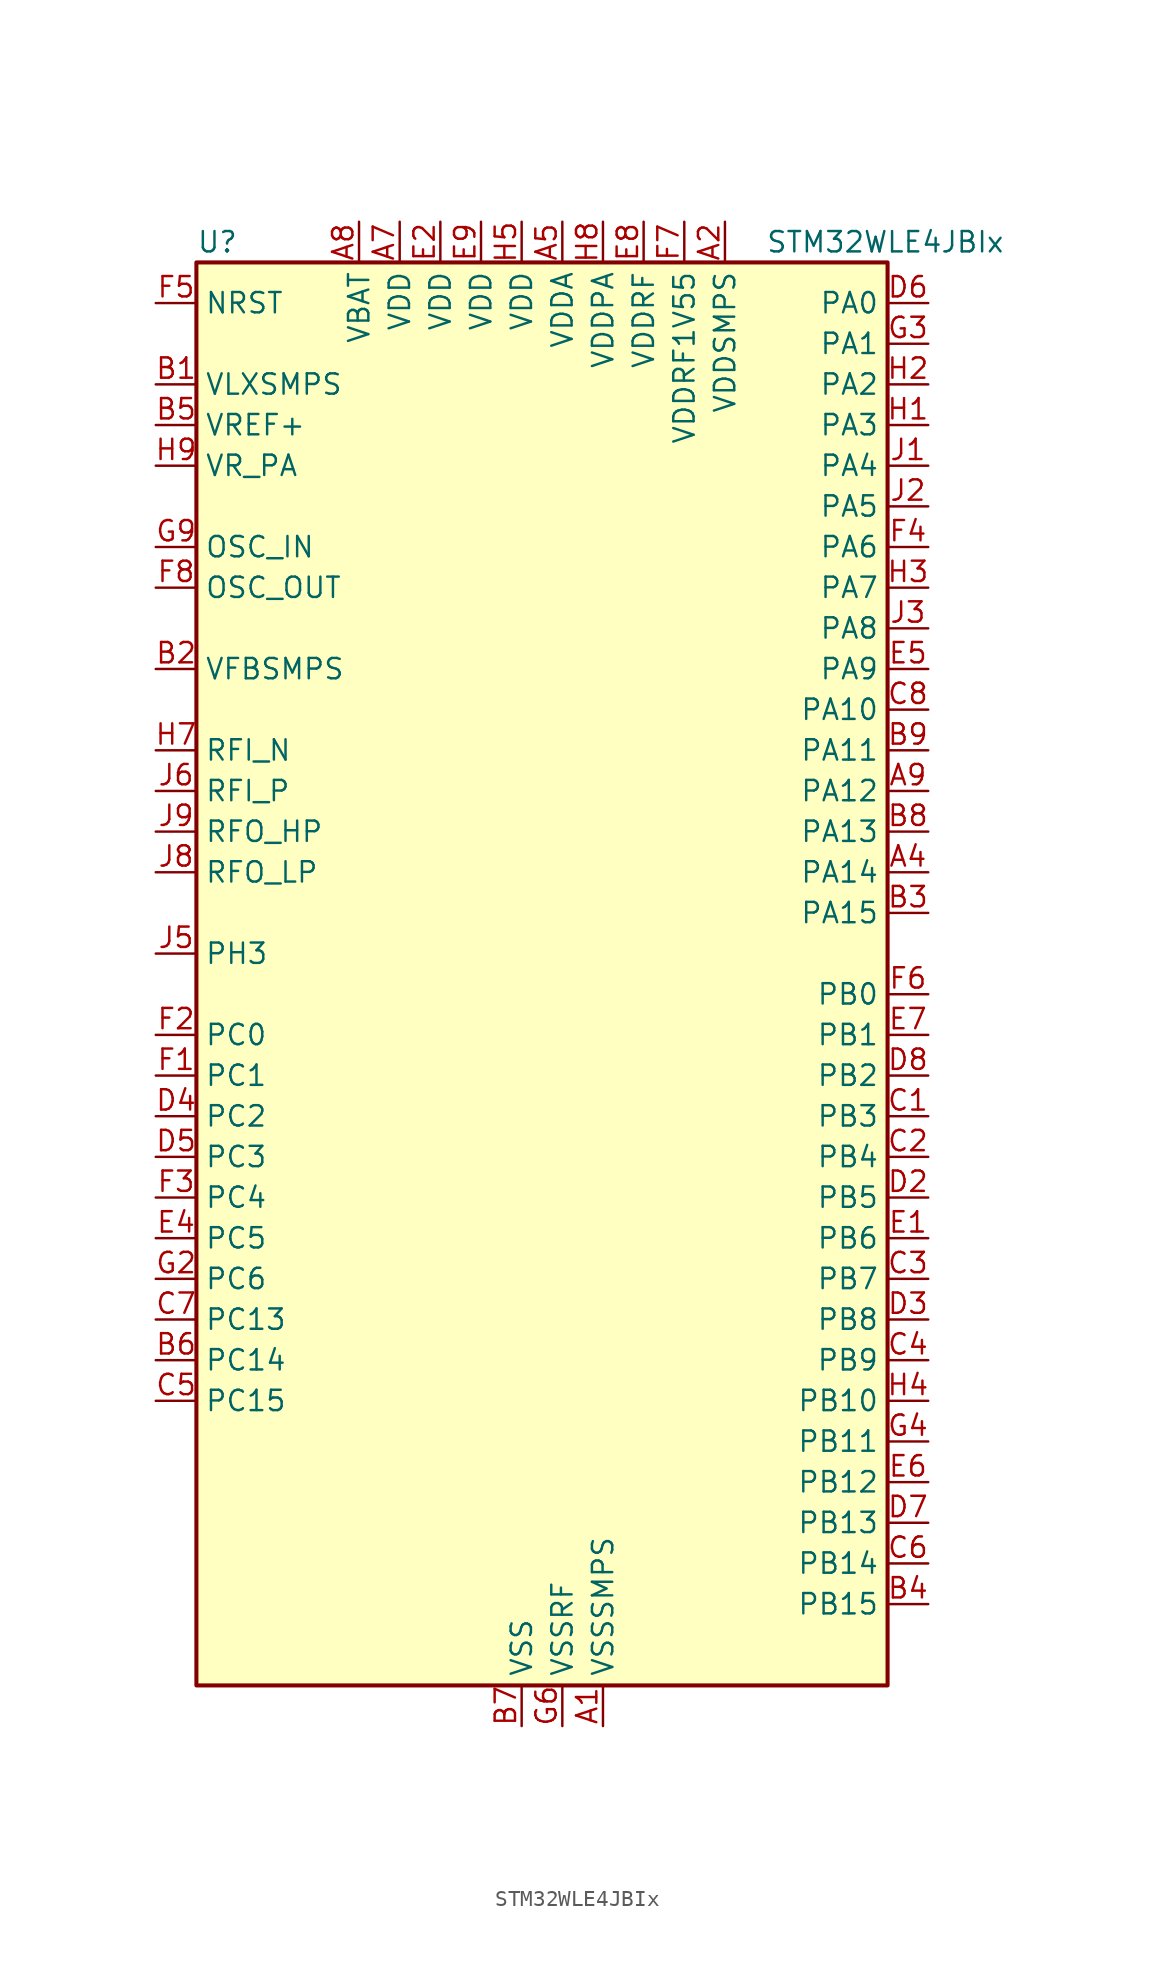
<source format=kicad_sym>
(kicad_symbol_lib
  (version 20220914)
  (generator kicad_symbol_editor)
  (symbol "STM32WLE4JBIx"
    (property "Reference" "U"
      (at -20.32 46.99 0)
      (effects (font (size 1.27 1.27)) (justify left)))
    (property "Value" "STM32WLE4JBIx"
      (at 15.24 46.99 0)
      (effects (font (size 1.27 1.27)) (justify left)))
    (property "ki_locked" ""
      (at 0 0 0)
      (effects (font (size 1.27 1.27))))
    (symbol "STM32WLE4JBIx_0_1"
      (rectangle (start -20.32 -43.18) (end 22.86 45.72) (stroke (width 0.254) (type default)) (fill (type background))))
    (symbol "STM32WLE4JBIx_1_1"
      (pin power_in line (at 5.08 -45.72 90) (length 2.54) (name "VSSSMPS" (effects (font (size 1.27 1.27)))) (number "A1" (effects (font (size 1.27 1.27)))))
      (pin power_in line (at 12.7 48.26 270) (length 2.54) (name "VDDSMPS" (effects (font (size 1.27 1.27)))) (number "A2" (effects (font (size 1.27 1.27)))))
      (pin bidirectional line (at 25.4 7.62 180) (length 2.54) (name "PA14" (effects (font (size 1.27 1.27)))) (number "A4" (effects (font (size 1.27 1.27)))) (alternate "ADC_IN10" bidirectional line) (alternate "DEBUG_JTCK-SWCLK" bidirectional line) (alternate "I2C1_SMBA" bidirectional line) (alternate "LPTIM1_OUT" bidirectional line))
      (pin power_in line (at 2.54 48.26 270) (length 2.54) (name "VDDA" (effects (font (size 1.27 1.27)))) (number "A5" (effects (font (size 1.27 1.27)))))
      (pin power_in line (at -7.62 48.26 270) (length 2.54) (name "VDD" (effects (font (size 1.27 1.27)))) (number "A7" (effects (font (size 1.27 1.27)))))
      (pin power_in line (at -10.16 48.26 270) (length 2.54) (name "VBAT" (effects (font (size 1.27 1.27)))) (number "A8" (effects (font (size 1.27 1.27)))))
      (pin bidirectional line (at 25.4 12.7 180) (length 2.54) (name "PA12" (effects (font (size 1.27 1.27)))) (number "A9" (effects (font (size 1.27 1.27)))) (alternate "ADC_IN8" bidirectional line) (alternate "DEBUG_RF-BUSY" bidirectional line) (alternate "I2C2_SCL" bidirectional line) (alternate "LPTIM3_IN1" bidirectional line) (alternate "SPI1_MOSI" bidirectional line) (alternate "TIM1_ETR" bidirectional line) (alternate "USART1_DE" bidirectional line) (alternate "USART1_RTS" bidirectional line))
      (pin power_in line (at -22.86 38.1 0) (length 2.54) (name "VLXSMPS" (effects (font (size 1.27 1.27)))) (number "B1" (effects (font (size 1.27 1.27)))))
      (pin input line (at -22.86 20.32 0) (length 2.54) (name "VFBSMPS" (effects (font (size 1.27 1.27)))) (number "B2" (effects (font (size 1.27 1.27)))))
      (pin bidirectional line (at 25.4 5.08 180) (length 2.54) (name "PA15" (effects (font (size 1.27 1.27)))) (number "B3" (effects (font (size 1.27 1.27)))) (alternate "ADC_IN11" bidirectional line) (alternate "COMP1_INM" bidirectional line) (alternate "COMP2_INP" bidirectional line) (alternate "DEBUG_JTDI" bidirectional line) (alternate "I2C2_SDA" bidirectional line) (alternate "SPI1_NSS" bidirectional line) (alternate "TIM2_CH1" bidirectional line) (alternate "TIM2_ETR" bidirectional line))
      (pin bidirectional line (at 25.4 -38.1 180) (length 2.54) (name "PB15" (effects (font (size 1.27 1.27)))) (number "B4" (effects (font (size 1.27 1.27)))) (alternate "I2C2_SCL" bidirectional line) (alternate "I2S2_SD" bidirectional line) (alternate "SPI2_MOSI" bidirectional line) (alternate "TIM1_CH3N" bidirectional line))
      (pin input line (at -22.86 35.56 0) (length 2.54) (name "VREF+" (effects (font (size 1.27 1.27)))) (number "B5" (effects (font (size 1.27 1.27)))) (alternate "VREFBUF_OUT" bidirectional line))
      (pin bidirectional line (at -22.86 -22.86 0) (length 2.54) (name "PC14" (effects (font (size 1.27 1.27)))) (number "B6" (effects (font (size 1.27 1.27)))) (alternate "RCC_OSC32_IN" bidirectional line))
      (pin power_in line (at 0 -45.72 90) (length 2.54) (name "VSS" (effects (font (size 1.27 1.27)))) (number "B7" (effects (font (size 1.27 1.27)))))
      (pin bidirectional line (at 25.4 10.16 180) (length 2.54) (name "PA13" (effects (font (size 1.27 1.27)))) (number "B8" (effects (font (size 1.27 1.27)))) (alternate "ADC_IN9" bidirectional line) (alternate "DEBUG_JTMS-SWDIO" bidirectional line) (alternate "I2C2_SMBA" bidirectional line) (alternate "IR_OUT" bidirectional line))
      (pin bidirectional line (at 25.4 15.24 180) (length 2.54) (name "PA11" (effects (font (size 1.27 1.27)))) (number "B9" (effects (font (size 1.27 1.27)))) (alternate "ADC_EXTI11" bidirectional line) (alternate "ADC_IN7" bidirectional line) (alternate "COMP1_INM" bidirectional line) (alternate "COMP2_INM" bidirectional line) (alternate "DEBUG_RF-NRESET" bidirectional line) (alternate "I2C2_SDA" bidirectional line) (alternate "LPTIM3_ETR" bidirectional line) (alternate "SPI1_MISO" bidirectional line) (alternate "TIM1_BKIN2" bidirectional line) (alternate "TIM1_CH4" bidirectional line) (alternate "USART1_CTS" bidirectional line) (alternate "USART1_NSS" bidirectional line))
      (pin bidirectional line (at 25.4 -7.62 180) (length 2.54) (name "PB3" (effects (font (size 1.27 1.27)))) (number "C1" (effects (font (size 1.27 1.27)))) (alternate "ADC_IN2" bidirectional line) (alternate "COMP1_INM" bidirectional line) (alternate "COMP2_INM" bidirectional line) (alternate "DEBUG_JTDO-SWO" bidirectional line) (alternate "DEBUG_RF-DTB1" bidirectional line) (alternate "PWR_WKUP3" bidirectional line) (alternate "RTC_TAMP_IN3" bidirectional line) (alternate "SPI1_SCK" bidirectional line) (alternate "TIM2_CH2" bidirectional line) (alternate "USART1_DE" bidirectional line) (alternate "USART1_RTS" bidirectional line))
      (pin bidirectional line (at 25.4 -10.16 180) (length 2.54) (name "PB4" (effects (font (size 1.27 1.27)))) (number "C2" (effects (font (size 1.27 1.27)))) (alternate "ADC_IN3" bidirectional line) (alternate "COMP1_INP" bidirectional line) (alternate "COMP2_INP" bidirectional line) (alternate "DEBUG_JTRST" bidirectional line) (alternate "DEBUG_RF-LDORDY" bidirectional line) (alternate "I2C3_SDA" bidirectional line) (alternate "SPI1_MISO" bidirectional line) (alternate "TIM17_BKIN" bidirectional line) (alternate "USART1_CTS" bidirectional line) (alternate "USART1_NSS" bidirectional line))
      (pin bidirectional line (at 25.4 -17.78 180) (length 2.54) (name "PB7" (effects (font (size 1.27 1.27)))) (number "C3" (effects (font (size 1.27 1.27)))) (alternate "I2C1_SDA" bidirectional line) (alternate "LPTIM1_IN2" bidirectional line) (alternate "PWR_PVD_IN" bidirectional line) (alternate "TIM17_CH1N" bidirectional line) (alternate "TIM1_BKIN" bidirectional line) (alternate "USART1_RX" bidirectional line))
      (pin bidirectional line (at 25.4 -22.86 180) (length 2.54) (name "PB9" (effects (font (size 1.27 1.27)))) (number "C4" (effects (font (size 1.27 1.27)))) (alternate "DAC_EXTI9" bidirectional line) (alternate "I2C1_SDA" bidirectional line) (alternate "I2S2_WS" bidirectional line) (alternate "IR_OUT" bidirectional line) (alternate "SPI2_NSS" bidirectional line) (alternate "TIM17_CH1" bidirectional line) (alternate "TIM1_CH3N" bidirectional line))
      (pin bidirectional line (at -22.86 -25.4 0) (length 2.54) (name "PC15" (effects (font (size 1.27 1.27)))) (number "C5" (effects (font (size 1.27 1.27)))) (alternate "RCC_OSC32_OUT" bidirectional line))
      (pin bidirectional line (at 25.4 -35.56 180) (length 2.54) (name "PB14" (effects (font (size 1.27 1.27)))) (number "C6" (effects (font (size 1.27 1.27)))) (alternate "ADC_IN1" bidirectional line) (alternate "I2C3_SDA" bidirectional line) (alternate "I2S2_MCK" bidirectional line) (alternate "SPI2_MISO" bidirectional line) (alternate "TIM1_CH2N" bidirectional line))
      (pin bidirectional line (at -22.86 -20.32 0) (length 2.54) (name "PC13" (effects (font (size 1.27 1.27)))) (number "C7" (effects (font (size 1.27 1.27)))) (alternate "PWR_WKUP2" bidirectional line) (alternate "RTC_OUT1" bidirectional line) (alternate "RTC_TAMP_IN1" bidirectional line) (alternate "RTC_TS" bidirectional line))
      (pin bidirectional line (at 25.4 17.78 180) (length 2.54) (name "PA10" (effects (font (size 1.27 1.27)))) (number "C8" (effects (font (size 1.27 1.27)))) (alternate "ADC_IN6" bidirectional line) (alternate "COMP1_INM" bidirectional line) (alternate "COMP2_INM" bidirectional line) (alternate "DAC_OUT1" bidirectional line) (alternate "DEBUG_RF-HSE32RDY" bidirectional line) (alternate "I2C1_SDA" bidirectional line) (alternate "I2S2_SD" bidirectional line) (alternate "RTC_REFIN" bidirectional line) (alternate "SPI2_MOSI" bidirectional line) (alternate "TIM17_BKIN" bidirectional line) (alternate "TIM1_CH3" bidirectional line) (alternate "USART1_RX" bidirectional line))
      (pin bidirectional line (at 25.4 -12.7 180) (length 2.54) (name "PB5" (effects (font (size 1.27 1.27)))) (number "D2" (effects (font (size 1.27 1.27)))) (alternate "COMP2_OUT" bidirectional line) (alternate "I2C1_SMBA" bidirectional line) (alternate "LPTIM1_IN1" bidirectional line) (alternate "SPI1_MOSI" bidirectional line) (alternate "TIM16_BKIN" bidirectional line) (alternate "USART1_CK" bidirectional line))
      (pin bidirectional line (at 25.4 -20.32 180) (length 2.54) (name "PB8" (effects (font (size 1.27 1.27)))) (number "D3" (effects (font (size 1.27 1.27)))) (alternate "I2C1_SCL" bidirectional line) (alternate "TIM16_CH1" bidirectional line) (alternate "TIM1_CH2N" bidirectional line))
      (pin bidirectional line (at -22.86 -7.62 0) (length 2.54) (name "PC2" (effects (font (size 1.27 1.27)))) (number "D4" (effects (font (size 1.27 1.27)))) (alternate "LPTIM1_IN2" bidirectional line) (alternate "SPI2_MISO" bidirectional line))
      (pin bidirectional line (at -22.86 -10.16 0) (length 2.54) (name "PC3" (effects (font (size 1.27 1.27)))) (number "D5" (effects (font (size 1.27 1.27)))) (alternate "I2S2_SD" bidirectional line) (alternate "LPTIM1_ETR" bidirectional line) (alternate "LPTIM2_ETR" bidirectional line) (alternate "SPI2_MOSI" bidirectional line))
      (pin bidirectional line (at 25.4 43.18 180) (length 2.54) (name "PA0" (effects (font (size 1.27 1.27)))) (number "D6" (effects (font (size 1.27 1.27)))) (alternate "COMP1_OUT" bidirectional line) (alternate "DEBUG_PWR-REGLP1S" bidirectional line) (alternate "I2C3_SMBA" bidirectional line) (alternate "I2S_CKIN" bidirectional line) (alternate "PWR_WKUP1" bidirectional line) (alternate "RTC_TAMP_IN2" bidirectional line) (alternate "TIM2_CH1" bidirectional line) (alternate "TIM2_ETR" bidirectional line) (alternate "USART2_CTS" bidirectional line) (alternate "USART2_NSS" bidirectional line))
      (pin bidirectional line (at 25.4 -33.02 180) (length 2.54) (name "PB13" (effects (font (size 1.27 1.27)))) (number "D7" (effects (font (size 1.27 1.27)))) (alternate "ADC_IN0" bidirectional line) (alternate "I2C3_SCL" bidirectional line) (alternate "I2S2_CK" bidirectional line) (alternate "LPUART1_CTS" bidirectional line) (alternate "SPI2_SCK" bidirectional line) (alternate "TIM1_CH1N" bidirectional line))
      (pin bidirectional line (at 25.4 -5.08 180) (length 2.54) (name "PB2" (effects (font (size 1.27 1.27)))) (number "D8" (effects (font (size 1.27 1.27)))) (alternate "ADC_IN4" bidirectional line) (alternate "COMP1_INP" bidirectional line) (alternate "COMP2_INM" bidirectional line) (alternate "DEBUG_RF-SMPSRDY" bidirectional line) (alternate "I2C3_SMBA" bidirectional line) (alternate "LPTIM1_OUT" bidirectional line) (alternate "SPI1_NSS" bidirectional line))
      (pin passive line (at 0 -45.72 90) (length 2.54) hide (name "VSS" (effects (font (size 1.27 1.27)))) (number "D9" (effects (font (size 1.27 1.27)))))
      (pin bidirectional line (at 25.4 -15.24 180) (length 2.54) (name "PB6" (effects (font (size 1.27 1.27)))) (number "E1" (effects (font (size 1.27 1.27)))) (alternate "I2C1_SCL" bidirectional line) (alternate "LPTIM1_ETR" bidirectional line) (alternate "TIM16_CH1N" bidirectional line) (alternate "USART1_TX" bidirectional line))
      (pin power_in line (at -5.08 48.26 270) (length 2.54) (name "VDD" (effects (font (size 1.27 1.27)))) (number "E2" (effects (font (size 1.27 1.27)))))
      (pin passive line (at 0 -45.72 90) (length 2.54) hide (name "VSS" (effects (font (size 1.27 1.27)))) (number "E3" (effects (font (size 1.27 1.27)))))
      (pin bidirectional line (at -22.86 -15.24 0) (length 2.54) (name "PC5" (effects (font (size 1.27 1.27)))) (number "E4" (effects (font (size 1.27 1.27)))))
      (pin bidirectional line (at 25.4 20.32 180) (length 2.54) (name "PA9" (effects (font (size 1.27 1.27)))) (number "E5" (effects (font (size 1.27 1.27)))) (alternate "DAC_EXTI9" bidirectional line) (alternate "I2C1_SCL" bidirectional line) (alternate "I2S2_CK" bidirectional line) (alternate "I2S2_WS" bidirectional line) (alternate "SPI2_NSS" bidirectional line) (alternate "SPI2_SCK" bidirectional line) (alternate "TIM1_CH2" bidirectional line) (alternate "USART1_TX" bidirectional line))
      (pin bidirectional line (at 25.4 -30.48 180) (length 2.54) (name "PB12" (effects (font (size 1.27 1.27)))) (number "E6" (effects (font (size 1.27 1.27)))) (alternate "I2C3_SMBA" bidirectional line) (alternate "I2S2_WS" bidirectional line) (alternate "LPUART1_RTS" bidirectional line) (alternate "SPI2_NSS" bidirectional line) (alternate "TIM1_BKIN" bidirectional line))
      (pin bidirectional line (at 25.4 -2.54 180) (length 2.54) (name "PB1" (effects (font (size 1.27 1.27)))) (number "E7" (effects (font (size 1.27 1.27)))) (alternate "ADC_IN5" bidirectional line) (alternate "COMP2_INP" bidirectional line) (alternate "LPTIM2_IN1" bidirectional line) (alternate "LPUART1_DE" bidirectional line) (alternate "LPUART1_RTS" bidirectional line))
      (pin power_in line (at 7.62 48.26 270) (length 2.54) (name "VDDRF" (effects (font (size 1.27 1.27)))) (number "E8" (effects (font (size 1.27 1.27)))))
      (pin power_in line (at -2.54 48.26 270) (length 2.54) (name "VDD" (effects (font (size 1.27 1.27)))) (number "E9" (effects (font (size 1.27 1.27)))))
      (pin bidirectional line (at -22.86 -5.08 0) (length 2.54) (name "PC1" (effects (font (size 1.27 1.27)))) (number "F1" (effects (font (size 1.27 1.27)))) (alternate "I2C3_SDA" bidirectional line) (alternate "I2S2_SD" bidirectional line) (alternate "LPTIM1_OUT" bidirectional line) (alternate "LPUART1_TX" bidirectional line) (alternate "SPI2_MOSI" bidirectional line))
      (pin bidirectional line (at -22.86 -2.54 0) (length 2.54) (name "PC0" (effects (font (size 1.27 1.27)))) (number "F2" (effects (font (size 1.27 1.27)))) (alternate "I2C3_SCL" bidirectional line) (alternate "LPTIM1_IN1" bidirectional line) (alternate "LPTIM2_IN1" bidirectional line) (alternate "LPUART1_RX" bidirectional line))
      (pin bidirectional line (at -22.86 -12.7 0) (length 2.54) (name "PC4" (effects (font (size 1.27 1.27)))) (number "F3" (effects (font (size 1.27 1.27)))))
      (pin bidirectional line (at 25.4 27.94 180) (length 2.54) (name "PA6" (effects (font (size 1.27 1.27)))) (number "F4" (effects (font (size 1.27 1.27)))) (alternate "DEBUG_SUBGHZSPI-MISOOUT" bidirectional line) (alternate "I2C2_SMBA" bidirectional line) (alternate "LPUART1_CTS" bidirectional line) (alternate "SPI1_MISO" bidirectional line) (alternate "TIM16_CH1" bidirectional line) (alternate "TIM1_BKIN" bidirectional line))
      (pin input line (at -22.86 43.18 0) (length 2.54) (name "NRST" (effects (font (size 1.27 1.27)))) (number "F5" (effects (font (size 1.27 1.27)))))
      (pin bidirectional line (at 25.4 0 180) (length 2.54) (name "PB0" (effects (font (size 1.27 1.27)))) (number "F6" (effects (font (size 1.27 1.27)))) (alternate "COMP1_OUT" bidirectional line) (alternate "VDDTCXO" bidirectional line))
      (pin power_in line (at 10.16 48.26 270) (length 2.54) (name "VDDRF1V55" (effects (font (size 1.27 1.27)))) (number "F7" (effects (font (size 1.27 1.27)))))
      (pin input line (at -22.86 25.4 0) (length 2.54) (name "OSC_OUT" (effects (font (size 1.27 1.27)))) (number "F8" (effects (font (size 1.27 1.27)))) (alternate "RCC_OSC_OUT" bidirectional line))
      (pin bidirectional line (at -22.86 -17.78 0) (length 2.54) (name "PC6" (effects (font (size 1.27 1.27)))) (number "G2" (effects (font (size 1.27 1.27)))) (alternate "I2S2_MCK" bidirectional line))
      (pin bidirectional line (at 25.4 40.64 180) (length 2.54) (name "PA1" (effects (font (size 1.27 1.27)))) (number "G3" (effects (font (size 1.27 1.27)))) (alternate "DEBUG_PWR-REGLP2S" bidirectional line) (alternate "I2C1_SMBA" bidirectional line) (alternate "LPTIM3_OUT" bidirectional line) (alternate "LPUART1_RTS" bidirectional line) (alternate "SPI1_SCK" bidirectional line) (alternate "TIM2_CH2" bidirectional line) (alternate "USART2_DE" bidirectional line) (alternate "USART2_RTS" bidirectional line))
      (pin bidirectional line (at 25.4 -27.94 180) (length 2.54) (name "PB11" (effects (font (size 1.27 1.27)))) (number "G4" (effects (font (size 1.27 1.27)))) (alternate "ADC_EXTI11" bidirectional line) (alternate "COMP2_OUT" bidirectional line) (alternate "I2C3_SDA" bidirectional line) (alternate "LPUART1_TX" bidirectional line) (alternate "TIM2_CH4" bidirectional line))
      (pin passive line (at 0 -45.72 90) (length 2.54) hide (name "VSS" (effects (font (size 1.27 1.27)))) (number "G5" (effects (font (size 1.27 1.27)))))
      (pin power_in line (at 2.54 -45.72 90) (length 2.54) (name "VSSRF" (effects (font (size 1.27 1.27)))) (number "G6" (effects (font (size 1.27 1.27)))))
      (pin passive line (at 2.54 -45.72 90) (length 2.54) hide (name "VSSRF" (effects (font (size 1.27 1.27)))) (number "G7" (effects (font (size 1.27 1.27)))))
      (pin passive line (at 2.54 -45.72 90) (length 2.54) hide (name "VSSRF" (effects (font (size 1.27 1.27)))) (number "G8" (effects (font (size 1.27 1.27)))))
      (pin input line (at -22.86 27.94 0) (length 2.54) (name "OSC_IN" (effects (font (size 1.27 1.27)))) (number "G9" (effects (font (size 1.27 1.27)))) (alternate "RCC_OSC_IN" bidirectional line))
      (pin bidirectional line (at 25.4 35.56 180) (length 2.54) (name "PA3" (effects (font (size 1.27 1.27)))) (number "H1" (effects (font (size 1.27 1.27)))) (alternate "I2S2_MCK" bidirectional line) (alternate "LPUART1_RX" bidirectional line) (alternate "TIM2_CH4" bidirectional line) (alternate "USART2_RX" bidirectional line))
      (pin bidirectional line (at 25.4 38.1 180) (length 2.54) (name "PA2" (effects (font (size 1.27 1.27)))) (number "H2" (effects (font (size 1.27 1.27)))) (alternate "COMP2_OUT" bidirectional line) (alternate "DEBUG_PWR-LDORDY" bidirectional line) (alternate "LPUART1_TX" bidirectional line) (alternate "RCC_LSCO" bidirectional line) (alternate "TIM2_CH3" bidirectional line) (alternate "USART2_TX" bidirectional line))
      (pin bidirectional line (at 25.4 25.4 180) (length 2.54) (name "PA7" (effects (font (size 1.27 1.27)))) (number "H3" (effects (font (size 1.27 1.27)))) (alternate "COMP2_OUT" bidirectional line) (alternate "DEBUG_SUBGHZSPI-MOSIOUT" bidirectional line) (alternate "I2C3_SCL" bidirectional line) (alternate "SPI1_MOSI" bidirectional line) (alternate "TIM17_CH1" bidirectional line) (alternate "TIM1_CH1N" bidirectional line))
      (pin bidirectional line (at 25.4 -25.4 180) (length 2.54) (name "PB10" (effects (font (size 1.27 1.27)))) (number "H4" (effects (font (size 1.27 1.27)))) (alternate "COMP1_OUT" bidirectional line) (alternate "I2C3_SCL" bidirectional line) (alternate "I2S2_CK" bidirectional line) (alternate "LPUART1_RX" bidirectional line) (alternate "SPI2_SCK" bidirectional line) (alternate "TIM2_CH3" bidirectional line))
      (pin power_in line (at 0 48.26 270) (length 2.54) (name "VDD" (effects (font (size 1.27 1.27)))) (number "H5" (effects (font (size 1.27 1.27)))))
      (pin passive line (at 2.54 -45.72 90) (length 2.54) hide (name "VSSRF" (effects (font (size 1.27 1.27)))) (number "H6" (effects (font (size 1.27 1.27)))))
      (pin bidirectional line (at -22.86 15.24 0) (length 2.54) (name "RFI_N" (effects (font (size 1.27 1.27)))) (number "H7" (effects (font (size 1.27 1.27)))))
      (pin power_in line (at 5.08 48.26 270) (length 2.54) (name "VDDPA" (effects (font (size 1.27 1.27)))) (number "H8" (effects (font (size 1.27 1.27)))))
      (pin power_in line (at -22.86 33.02 0) (length 2.54) (name "VR_PA" (effects (font (size 1.27 1.27)))) (number "H9" (effects (font (size 1.27 1.27)))))
      (pin bidirectional line (at 25.4 33.02 180) (length 2.54) (name "PA4" (effects (font (size 1.27 1.27)))) (number "J1" (effects (font (size 1.27 1.27)))) (alternate "DEBUG_SUBGHZSPI-NSSOUT" bidirectional line) (alternate "LPTIM1_OUT" bidirectional line) (alternate "LPTIM2_OUT" bidirectional line) (alternate "RTC_OUT2" bidirectional line) (alternate "SPI1_NSS" bidirectional line) (alternate "USART2_CK" bidirectional line))
      (pin bidirectional line (at 25.4 30.48 180) (length 2.54) (name "PA5" (effects (font (size 1.27 1.27)))) (number "J2" (effects (font (size 1.27 1.27)))) (alternate "DEBUG_SUBGHZSPI-SCKOUT" bidirectional line) (alternate "LPTIM2_ETR" bidirectional line) (alternate "SPI1_SCK" bidirectional line) (alternate "SPI2_MISO" bidirectional line) (alternate "TIM2_CH1" bidirectional line) (alternate "TIM2_ETR" bidirectional line))
      (pin bidirectional line (at 25.4 22.86 180) (length 2.54) (name "PA8" (effects (font (size 1.27 1.27)))) (number "J3" (effects (font (size 1.27 1.27)))) (alternate "I2S2_CK" bidirectional line) (alternate "LPTIM2_OUT" bidirectional line) (alternate "RCC_MCO" bidirectional line) (alternate "SPI2_SCK" bidirectional line) (alternate "TIM1_CH1" bidirectional line) (alternate "USART1_CK" bidirectional line))
      (pin bidirectional line (at -22.86 2.54 0) (length 2.54) (name "PH3" (effects (font (size 1.27 1.27)))) (number "J5" (effects (font (size 1.27 1.27)))))
      (pin bidirectional line (at -22.86 12.7 0) (length 2.54) (name "RFI_P" (effects (font (size 1.27 1.27)))) (number "J6" (effects (font (size 1.27 1.27)))))
      (pin bidirectional line (at -22.86 7.62 0) (length 2.54) (name "RFO_LP" (effects (font (size 1.27 1.27)))) (number "J8" (effects (font (size 1.27 1.27)))))
      (pin bidirectional line (at -22.86 10.16 0) (length 2.54) (name "RFO_HP" (effects (font (size 1.27 1.27)))) (number "J9" (effects (font (size 1.27 1.27))))))))
</source>
